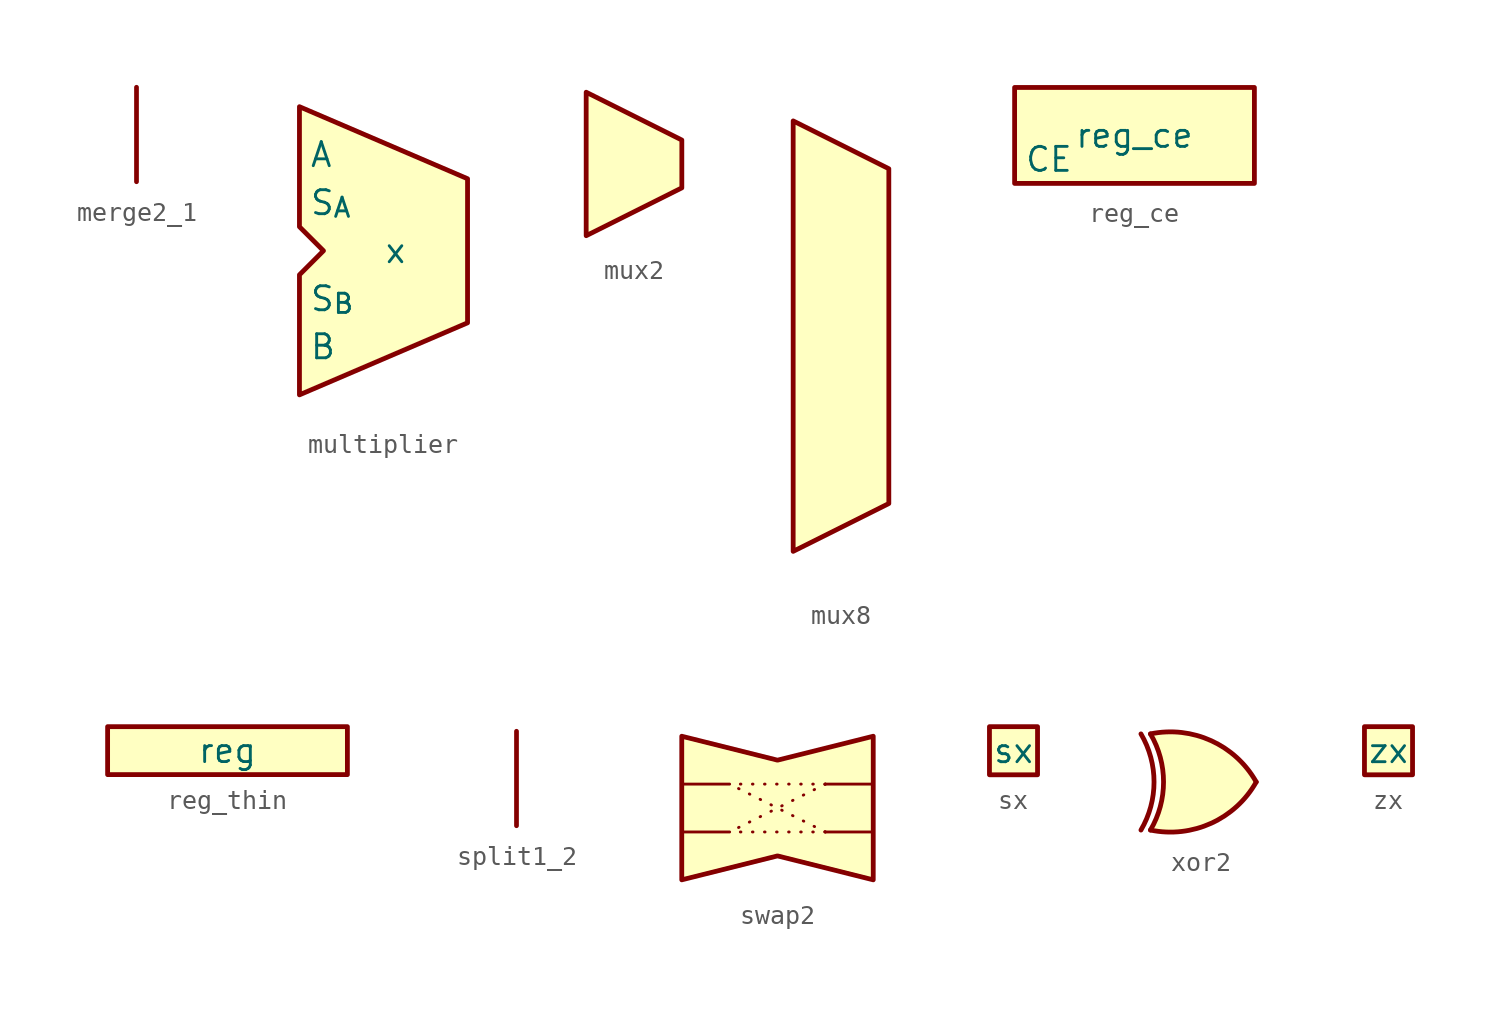
<source format=kicad_sym>
(kicad_symbol_lib
  (version 20231120)
  (generator "kicad_symbol_editor")
  (generator_version "8.0")
  (symbol "merge2_1"
    (property "Reference" "U"
      (at 0 0 0)
      (effects (font (size 1.27 1.27)) (hide yes)))
    (symbol "merge2_1_1_1"
      (rectangle (start 0 2.54) (end 0 -2.54) (stroke (width 0.254) (type default)) (fill (type background)))
      (pin input line (at 0 -1.27 0) (length 0) (name "" (effects (font (size 1.27 1.27)))) (number "" (effects (font (size 1.27 1.27)))))
      (pin output line (at 0 0 180) (length 0) (name "" (effects (font (size 1.27 1.27)))) (number "" (effects (font (size 1.27 1.27)))))
      (pin input line (at 0 1.27 0) (length 0) (name "" (effects (font (size 1.27 1.27)))) (number "" (effects (font (size 1.27 1.27)))))))
  (symbol "multiplier"
    (property "Reference" "U"
      (at 0 5.842 0)
      (effects (font (size 1.27 1.27)) (hide yes)))
    (property "Value" "x"
      (at 0 0 0)
      (do_not_autoplace)
      (effects (font (size 1.27 1.27))))
    (symbol "multiplier_1_1"
      (polyline (pts (xy -5.08 7.62) (xy -5.08 1.27) (xy -3.81 0) (xy -5.08 -1.27) (xy -5.08 -7.62) (xy 3.81 -3.81) (xy 3.81 3.81) (xy -5.08 7.62)) (stroke (width 0.254) (type default)) (fill (type background)))
      (pin output line (at 3.81 0 180) (length 0) (name "" (effects (font (size 1.27 1.27)))) (number "" (effects (font (size 1.27 1.27)))))
      (pin input line (at -5.08 5.08 0) (length 0) (name "A" (effects (font (size 1.27 1.27)))) (number "" (effects (font (size 1.27 1.27)))))
      (pin input line (at -5.08 -5.08 0) (length 0) (name "B" (effects (font (size 1.27 1.27)))) (number "" (effects (font (size 1.27 1.27)))))
      (pin input line (at -5.08 2.54 0) (length 0) (name "S_{A}" (effects (font (size 1.27 1.27)))) (number "" (effects (font (size 1.27 1.27)))))
      (pin input line (at -5.08 -2.54 0) (length 0) (name "S_{B}" (effects (font (size 1.27 1.27)))) (number "" (effects (font (size 1.27 1.27)))))))
  (symbol "mux2"
    (property "Reference" "U"
      (at 0 5.842 0)
      (effects (font (size 1.27 1.27)) (hide yes)))
    (symbol "mux2_1_1"
      (polyline (pts (xy -2.54 3.81) (xy -2.54 -3.81) (xy 2.54 -1.27) (xy 2.54 1.27) (xy -2.54 3.81)) (stroke (width 0.254) (type default)) (fill (type background)))
      (pin input line (at -2.54 -1.27 0) (length 0) (name "" (effects (font (size 1.27 1.27)))) (number "" (effects (font (size 1.27 1.27)))))
      (pin input line (at -2.54 1.27 0) (length 0) (name "" (effects (font (size 1.27 1.27)))) (number "" (effects (font (size 1.27 1.27)))))
      (pin input line (at 0 -2.54 90) (length 0) (name "" (effects (font (size 1.27 1.27)))) (number "" (effects (font (size 1.27 1.27)))))
      (pin output line (at 2.54 0 180) (length 0) (name "" (effects (font (size 1.27 1.27)))) (number "" (effects (font (size 1.27 1.27)))))))
  (symbol "mux8"
    (property "Reference" "U"
      (at 0 0 0)
      (effects (font (size 1.27 1.27)) (hide yes)))
    (symbol "mux8_1_1"
      (polyline (pts (xy -2.54 11.43) (xy -2.54 -11.43) (xy 2.54 -8.89) (xy 2.54 8.89) (xy -2.54 11.43)) (stroke (width 0.254) (type default)) (fill (type background)))
      (pin input line (at -2.54 -8.89 0) (length 0) (name "" (effects (font (size 1.27 1.27)))) (number "" (effects (font (size 1.27 1.27)))))
      (pin input line (at -2.54 -6.35 0) (length 0) (name "" (effects (font (size 1.27 1.27)))) (number "" (effects (font (size 1.27 1.27)))))
      (pin input line (at -2.54 -3.81 0) (length 0) (name "" (effects (font (size 1.27 1.27)))) (number "" (effects (font (size 1.27 1.27)))))
      (pin input line (at -2.54 -1.27 0) (length 0) (name "" (effects (font (size 1.27 1.27)))) (number "" (effects (font (size 1.27 1.27)))))
      (pin input line (at -2.54 1.27 0) (length 0) (name "" (effects (font (size 1.27 1.27)))) (number "" (effects (font (size 1.27 1.27)))))
      (pin input line (at -2.54 3.81 0) (length 0) (name "" (effects (font (size 1.27 1.27)))) (number "" (effects (font (size 1.27 1.27)))))
      (pin input line (at -2.54 6.35 0) (length 0) (name "" (effects (font (size 1.27 1.27)))) (number "" (effects (font (size 1.27 1.27)))))
      (pin input line (at -2.54 8.89 0) (length 0) (name "" (effects (font (size 1.27 1.27)))) (number "" (effects (font (size 1.27 1.27)))))
      (pin input line (at 0 -10.16 90) (length 0) (name "" (effects (font (size 1.27 1.27)))) (number "" (effects (font (size 1.27 1.27)))))
      (pin output line (at 2.54 0 180) (length 0) (name "" (effects (font (size 1.27 1.27)))) (number "" (effects (font (size 1.27 1.27)))))))
  (symbol "reg_ce"
    (property "Reference" "U"
      (at 0 0 0)
      (effects (font (size 1.27 1.27)) (hide yes)))
    (property "Value" "reg_ce"
      (at 0 0 0)
      (do_not_autoplace)
      (effects (font (size 1.27 1.27))))
    (symbol "reg_ce_1_1"
      (rectangle (start -6.35 2.54) (end 6.35 -2.54) (stroke (width 0.254) (type default)) (fill (type background)))
      (pin input line (at -6.35 1.27 0) (length 0) (name "" (effects (font (size 1.27 1.27)))) (number "" (effects (font (size 1.27 1.27)))))
      (pin output line (at 6.35 0 180) (length 0) (name "" (effects (font (size 1.27 1.27)))) (number "" (effects (font (size 1.27 1.27)))))
      (pin input line (at -6.35 -1.27 0) (length 0) (name "CE" (effects (font (size 1.27 1.27)))) (number "" (effects (font (size 1.27 1.27)))))))
  (symbol "reg_thin"
    (property "Reference" "U"
      (at 0 0 0)
      (effects (font (size 1.27 1.27)) (hide yes)))
    (property "Value" "reg"
      (at 0 0 0)
      (do_not_autoplace)
      (effects (font (size 1.27 1.27))))
    (symbol "reg_thin_1_1"
      (rectangle (start -6.35 1.27) (end 6.35 -1.27) (stroke (width 0.254) (type default)) (fill (type background)))
      (pin input line (at -6.35 0 0) (length 0) (name "" (effects (font (size 1.27 1.27)))) (number "" (effects (font (size 1.27 1.27)))))
      (pin output line (at 6.35 0 180) (length 0) (name "" (effects (font (size 1.27 1.27)))) (number "" (effects (font (size 1.27 1.27)))))))
  (symbol "split1_2"
    (property "Reference" "U"
      (at 0 0 0)
      (effects (font (size 1.27 1.27)) (hide yes)))
    (symbol "split1_2_1_1"
      (rectangle (start 0 2.54) (end 0 -2.54) (stroke (width 0.254) (type default)) (fill (type background)))
      (pin output line (at 0 -1.27 180) (length 0) (name "" (effects (font (size 1.27 1.27)))) (number "" (effects (font (size 1.27 1.27)))))
      (pin input line (at 0 0 0) (length 0) (name "" (effects (font (size 1.27 1.27)))) (number "" (effects (font (size 1.27 1.27)))))
      (pin output line (at 0 1.27 180) (length 0) (name "" (effects (font (size 1.27 1.27)))) (number "" (effects (font (size 1.27 1.27)))))))
  (symbol "swap2"
    (property "Reference" "U"
      (at 0 5.842 0)
      (effects (font (size 1.27 1.27)) (hide yes)))
    (symbol "swap2_0_1"
      (polyline (pts (xy -5.08 -1.27) (xy -2.54 -1.27)) (stroke (width 0) (type default)) (fill (type none)))
      (polyline (pts (xy -5.08 1.27) (xy -2.54 1.27)) (stroke (width 0) (type default)) (fill (type none)))
      (polyline (pts (xy 5.08 -1.27) (xy 2.54 -1.27)) (stroke (width 0) (type default)) (fill (type none)))
      (polyline (pts (xy 5.08 1.27) (xy 2.54 1.27)) (stroke (width 0) (type default)) (fill (type none))))
    (symbol "swap2_1_1"
      (polyline (pts (xy 2.54 -1.27) (xy -2.54 -1.27)) (stroke (width 0) (type dot)) (fill (type none)))
      (polyline (pts (xy 2.54 -1.27) (xy -2.54 1.27)) (stroke (width 0) (type dot)) (fill (type none)))
      (polyline (pts (xy 2.54 1.27) (xy -2.54 -1.27)) (stroke (width 0) (type dot)) (fill (type none)))
      (polyline (pts (xy 2.54 1.27) (xy -2.54 1.27)) (stroke (width 0) (type dot)) (fill (type none)))
      (polyline (pts (xy -5.08 3.81) (xy -5.08 -3.81) (xy 0 -2.54) (xy 5.08 -3.81) (xy 5.08 3.81) (xy 0 2.54) (xy -5.08 3.81)) (stroke (width 0.254) (type default)) (fill (type background)))
      (pin input line (at -5.08 -1.27 0) (length 0) (name "" (effects (font (size 1.27 1.27)))) (number "" (effects (font (size 1.27 1.27)))))
      (pin input line (at -5.08 1.27 0) (length 0) (name "" (effects (font (size 1.27 1.27)))) (number "" (effects (font (size 1.27 1.27)))))
      (pin input line (at 0 -2.54 90) (length 0) (name "" (effects (font (size 1.27 1.27)))) (number "" (effects (font (size 1.27 1.27)))))
      (pin output line (at 5.08 -1.27 180) (length 0) (name "" (effects (font (size 1.27 1.27)))) (number "" (effects (font (size 1.27 1.27)))))
      (pin output line (at 5.08 1.27 180) (length 0) (name "" (effects (font (size 1.27 1.27)))) (number "" (effects (font (size 1.27 1.27)))))))
  (symbol "sx"
    (property "Reference" "U"
      (at 0 0 0)
      (effects (font (size 1.27 1.27)) (hide yes)))
    (property "Value" "sx"
      (at 0 0 0)
      (do_not_autoplace)
      (effects (font (size 1.27 1.27))))
    (symbol "sx_1_1"
      (rectangle (start -1.27 1.27) (end 1.27 -1.27) (stroke (width 0.254) (type default)) (fill (type background)))
      (pin input line (at -1.27 0 0) (length 0) (name "" (effects (font (size 1.27 1.27)))) (number "" (effects (font (size 1.27 1.27)))))
      (pin output line (at 1.27 0 180) (length 0) (name "" (effects (font (size 1.27 1.27)))) (number "" (effects (font (size 1.27 1.27)))))))
  (symbol "xor2"
    (property "Reference" "U"
      (at 0 0 0)
      (effects (font (size 1.27 1.27)) (hide yes)))
    (property "Value" ""
      (at 0 0 0)
      (effects (font (size 1.27 1.27))))
    (symbol "xor2_1_1"
      (arc (start -3.5504 -2.54) (mid -2.8595 0) (end -3.5504 2.54) (stroke (width 0.254) (type default)) (fill (type none)))
      (arc (start -3.048 -2.54) (mid -2.3571 0) (end -3.048 2.54) (stroke (width 0.254) (type default)) (fill (type none)))
      (arc (start -3.048 -2.54) (mid 0.1602 -2.1813) (end 2.54 0) (stroke (width 0.254) (type default)) (fill (type none)))
      (polyline (pts (xy -3.048 2.54) (xy -1.346 2.642) (xy 0.508 2.032) (xy 1.778 1.016) (xy 2.54 0) (xy 1.778 -1.016) (xy 0.508 -2.032) (xy -1.27 -2.642) (xy -3.048 -2.54) (xy -2.54 -1.524) (xy -2.286 0) (xy -2.54 1.524) (xy -3.048 2.54)) (stroke (width -0.0001) (type default)) (fill (type background)))
      (arc (start 2.54 0) (mid 0.1602 2.1813) (end -3.048 2.54) (stroke (width 0.254) (type default)) (fill (type none)))
      (pin input line (at -2.54 -1.27 0) (length 0) (name "" (effects (font (size 1.27 1.27)))) (number "" (effects (font (size 1.27 1.27)))))
      (pin input line (at -2.54 1.27 0) (length 0) (name "" (effects (font (size 1.27 1.27)))) (number "" (effects (font (size 1.27 1.27)))))
      (pin output line (at 2.54 0 180) (length 0) (name "" (effects (font (size 1.27 1.27)))) (number "" (effects (font (size 1.27 1.27)))))))
  (symbol "zx"
    (property "Reference" "U"
      (at 0 0 0)
      (effects (font (size 1.27 1.27)) (hide yes)))
    (property "Value" "zx"
      (at 0 0 0)
      (do_not_autoplace)
      (effects (font (size 1.27 1.27))))
    (symbol "zx_1_1"
      (rectangle (start -1.27 1.27) (end 1.27 -1.27) (stroke (width 0.254) (type default)) (fill (type background)))
      (pin input line (at -1.27 0 0) (length 0) (name "" (effects (font (size 1.27 1.27)))) (number "" (effects (font (size 1.27 1.27)))))
      (pin output line (at 1.27 0 180) (length 0) (name "" (effects (font (size 1.27 1.27)))) (number "" (effects (font (size 1.27 1.27))))))))
</source>
